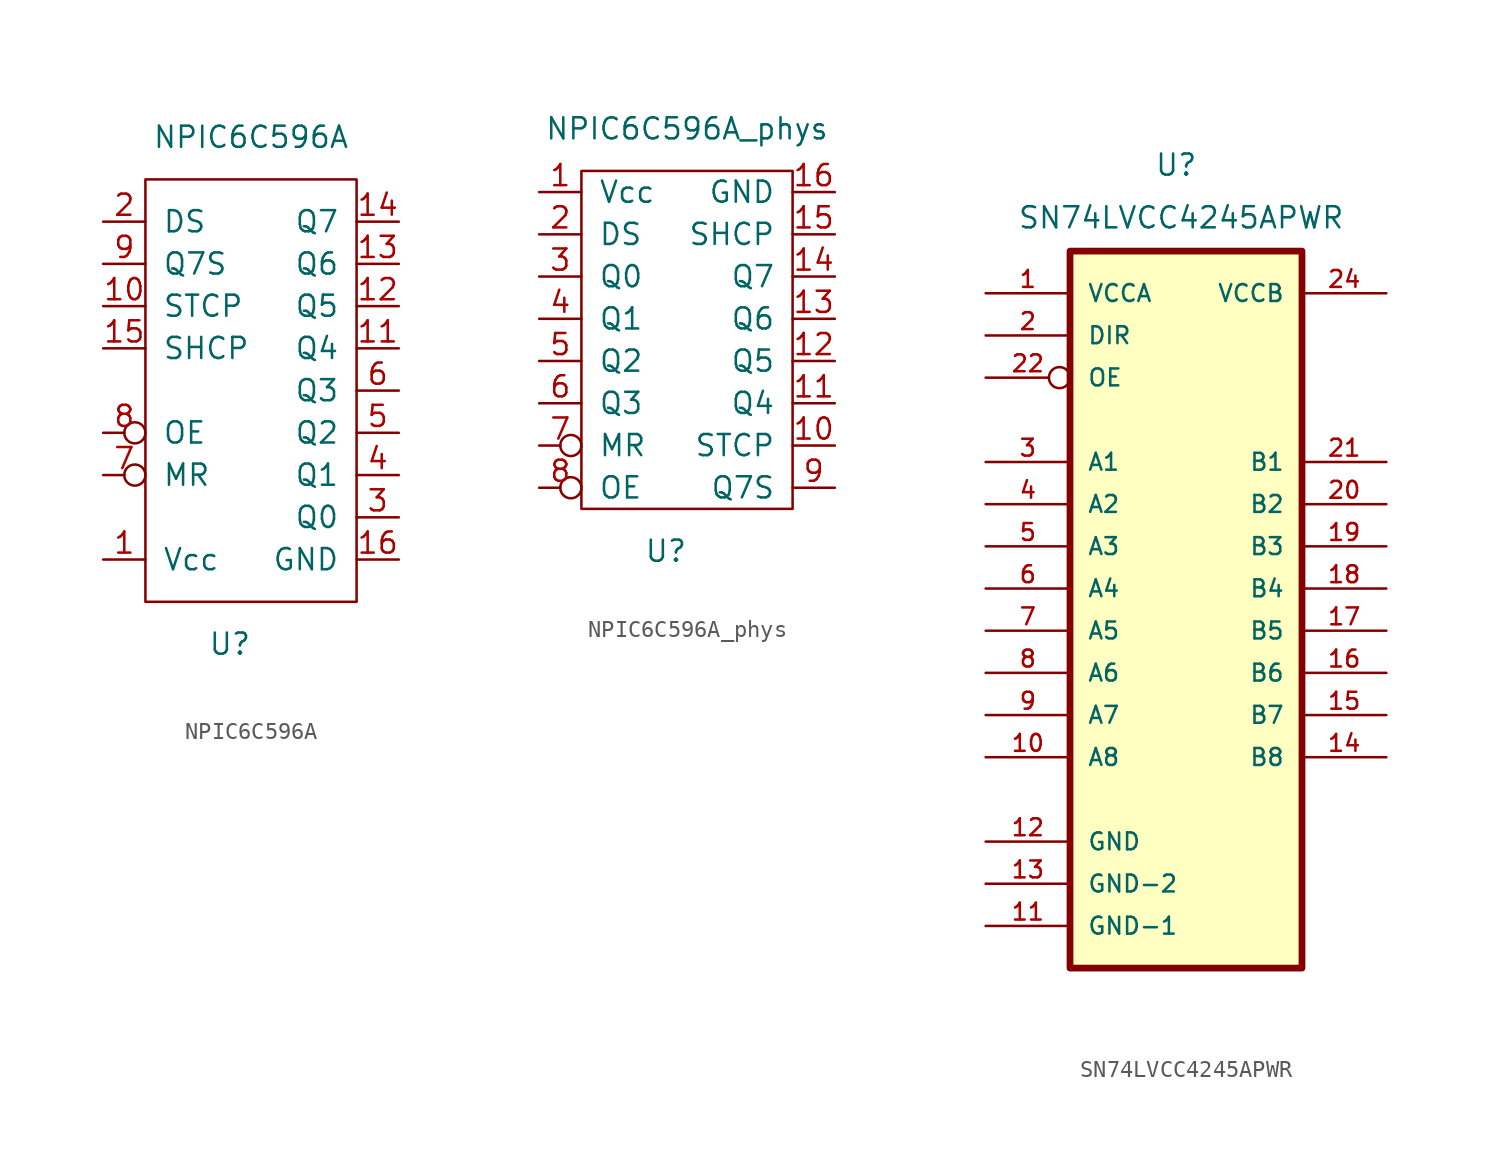
<source format=kicad_sym>
(kicad_symbol_lib
  (version 20211014)
  (generator kicad_symbol_editor)
  (symbol "NPIC6C596A"
    (pin_names
      (offset 1.016))
    (property "Reference" "U"
      (at -1.27 -15.24 0)
      (effects (font (size 1.27 1.27))))
    (property "Value" "NPIC6C596A"
      (at 0 15.24 0)
      (effects (font (size 1.27 1.27))))
    (symbol "NPIC6C596A_0_1"
      (rectangle (start -6.35 -12.7) (end 6.35 12.7) (stroke (width 0) (type default) (color 0 0 0 0)) (fill (type none))))
    (symbol "NPIC6C596A_1_1"
      (pin power_in line (at -8.89 -10.16 0) (length 2.54) (name "Vcc" (effects (font (size 1.27 1.27)))) (number "1" (effects (font (size 1.27 1.27)))))
      (pin input line (at -8.89 5.08 0) (length 2.54) (name "STCP" (effects (font (size 1.27 1.27)))) (number "10" (effects (font (size 1.27 1.27)))))
      (pin open_collector line (at 8.89 2.54 180) (length 2.54) (name "Q4" (effects (font (size 1.27 1.27)))) (number "11" (effects (font (size 1.27 1.27)))))
      (pin open_collector line (at 8.89 5.08 180) (length 2.54) (name "Q5" (effects (font (size 1.27 1.27)))) (number "12" (effects (font (size 1.27 1.27)))))
      (pin open_collector line (at 8.89 7.62 180) (length 2.54) (name "Q6" (effects (font (size 1.27 1.27)))) (number "13" (effects (font (size 1.27 1.27)))))
      (pin open_collector line (at 8.89 10.16 180) (length 2.54) (name "Q7" (effects (font (size 1.27 1.27)))) (number "14" (effects (font (size 1.27 1.27)))))
      (pin input line (at -8.89 2.54 0) (length 2.54) (name "SHCP" (effects (font (size 1.27 1.27)))) (number "15" (effects (font (size 1.27 1.27)))))
      (pin power_in line (at 8.89 -10.16 180) (length 2.54) (name "GND" (effects (font (size 1.27 1.27)))) (number "16" (effects (font (size 1.27 1.27)))))
      (pin input line (at -8.89 10.16 0) (length 2.54) (name "DS" (effects (font (size 1.27 1.27)))) (number "2" (effects (font (size 1.27 1.27)))))
      (pin open_collector line (at 8.89 -7.62 180) (length 2.54) (name "Q0" (effects (font (size 1.27 1.27)))) (number "3" (effects (font (size 1.27 1.27)))))
      (pin open_collector line (at 8.89 -5.08 180) (length 2.54) (name "Q1" (effects (font (size 1.27 1.27)))) (number "4" (effects (font (size 1.27 1.27)))))
      (pin open_collector line (at 8.89 -2.54 180) (length 2.54) (name "Q2" (effects (font (size 1.27 1.27)))) (number "5" (effects (font (size 1.27 1.27)))))
      (pin open_collector line (at 8.89 0 180) (length 2.54) (name "Q3" (effects (font (size 1.27 1.27)))) (number "6" (effects (font (size 1.27 1.27)))))
      (pin input inverted (at -8.89 -5.08 0) (length 2.54) (name "MR" (effects (font (size 1.27 1.27)))) (number "7" (effects (font (size 1.27 1.27)))))
      (pin input inverted (at -8.89 -2.54 0) (length 2.54) (name "OE" (effects (font (size 1.27 1.27)))) (number "8" (effects (font (size 1.27 1.27)))))
      (pin output line (at -8.89 7.62 0) (length 2.54) (name "Q7S" (effects (font (size 1.27 1.27)))) (number "9" (effects (font (size 1.27 1.27)))))))
  (symbol "NPIC6C596A_phys"
    (pin_names
      (offset 1.016))
    (property "Reference" "U"
      (at -1.27 -12.7 0)
      (effects (font (size 1.27 1.27))))
    (property "Value" "NPIC6C596A_phys"
      (at 0 12.7 0)
      (effects (font (size 1.27 1.27))))
    (symbol "NPIC6C596A_phys_0_1"
      (rectangle (start -6.35 10.16) (end 6.35 -10.16) (stroke (width 0) (type default) (color 0 0 0 0)) (fill (type none))))
    (symbol "NPIC6C596A_phys_1_1"
      (pin power_in line (at -8.89 8.89 0) (length 2.54) (name "Vcc" (effects (font (size 1.27 1.27)))) (number "1" (effects (font (size 1.27 1.27)))))
      (pin input line (at 8.89 -6.35 180) (length 2.54) (name "STCP" (effects (font (size 1.27 1.27)))) (number "10" (effects (font (size 1.27 1.27)))))
      (pin open_collector line (at 8.89 -3.81 180) (length 2.54) (name "Q4" (effects (font (size 1.27 1.27)))) (number "11" (effects (font (size 1.27 1.27)))))
      (pin open_collector line (at 8.89 -1.27 180) (length 2.54) (name "Q5" (effects (font (size 1.27 1.27)))) (number "12" (effects (font (size 1.27 1.27)))))
      (pin open_collector line (at 8.89 1.27 180) (length 2.54) (name "Q6" (effects (font (size 1.27 1.27)))) (number "13" (effects (font (size 1.27 1.27)))))
      (pin open_collector line (at 8.89 3.81 180) (length 2.54) (name "Q7" (effects (font (size 1.27 1.27)))) (number "14" (effects (font (size 1.27 1.27)))))
      (pin input line (at 8.89 6.35 180) (length 2.54) (name "SHCP" (effects (font (size 1.27 1.27)))) (number "15" (effects (font (size 1.27 1.27)))))
      (pin power_in line (at 8.89 8.89 180) (length 2.54) (name "GND" (effects (font (size 1.27 1.27)))) (number "16" (effects (font (size 1.27 1.27)))))
      (pin input line (at -8.89 6.35 0) (length 2.54) (name "DS" (effects (font (size 1.27 1.27)))) (number "2" (effects (font (size 1.27 1.27)))))
      (pin open_collector line (at -8.89 3.81 0) (length 2.54) (name "Q0" (effects (font (size 1.27 1.27)))) (number "3" (effects (font (size 1.27 1.27)))))
      (pin open_collector line (at -8.89 1.27 0) (length 2.54) (name "Q1" (effects (font (size 1.27 1.27)))) (number "4" (effects (font (size 1.27 1.27)))))
      (pin open_collector line (at -8.89 -1.27 0) (length 2.54) (name "Q2" (effects (font (size 1.27 1.27)))) (number "5" (effects (font (size 1.27 1.27)))))
      (pin open_collector line (at -8.89 -3.81 0) (length 2.54) (name "Q3" (effects (font (size 1.27 1.27)))) (number "6" (effects (font (size 1.27 1.27)))))
      (pin input inverted (at -8.89 -6.35 0) (length 2.54) (name "MR" (effects (font (size 1.27 1.27)))) (number "7" (effects (font (size 1.27 1.27)))))
      (pin input inverted (at -8.89 -8.89 0) (length 2.54) (name "OE" (effects (font (size 1.27 1.27)))) (number "8" (effects (font (size 1.27 1.27)))))
      (pin output line (at 8.89 -8.89 180) (length 2.54) (name "Q7S" (effects (font (size 1.27 1.27)))) (number "9" (effects (font (size 1.27 1.27)))))))
  (symbol "SN74LVCC4245APWR"
    (pin_names
      (offset 1.016))
    (property "Reference" "U"
      (at -2.54 22.225 0)
      (effects (font (size 1.27 1.27)) (justify left bottom)))
    (property "Value" "SN74LVCC4245APWR"
      (at -10.795 19.05 0)
      (effects (font (size 1.27 1.27)) (justify left bottom)))
    (property "ki_locked" ""
      (at 0 0 0)
      (effects (font (size 1.27 1.27))))
    (symbol "SN74LVCC4245APWR_0_0"
      (rectangle (start -7.62 17.78) (end 6.35 -25.4) (stroke (width 0.406) (type default) (color 0 0 0 0)) (fill (type background)))
      (pin power_in line (at -12.7 15.24 0) (length 5.08) (name "VCCA" (effects (font (size 1.016 1.016)))) (number "1" (effects (font (size 1.016 1.016)))))
      (pin bidirectional line (at -12.7 -12.7 0) (length 5.08) (name "A8" (effects (font (size 1.016 1.016)))) (number "10" (effects (font (size 1.016 1.016)))))
      (pin power_in line (at -12.7 -22.86 0) (length 5.08) (name "GND-1" (effects (font (size 1.016 1.016)))) (number "11" (effects (font (size 1.016 1.016)))))
      (pin power_in line (at -12.7 -17.78 0) (length 5.08) (name "GND" (effects (font (size 1.016 1.016)))) (number "12" (effects (font (size 1.016 1.016)))))
      (pin power_in line (at -12.7 -20.32 0) (length 5.08) (name "GND-2" (effects (font (size 1.016 1.016)))) (number "13" (effects (font (size 1.016 1.016)))))
      (pin bidirectional line (at 11.43 -12.7 180) (length 5.08) (name "B8" (effects (font (size 1.016 1.016)))) (number "14" (effects (font (size 1.016 1.016)))))
      (pin bidirectional line (at 11.43 -10.16 180) (length 5.08) (name "B7" (effects (font (size 1.016 1.016)))) (number "15" (effects (font (size 1.016 1.016)))))
      (pin bidirectional line (at 11.43 -7.62 180) (length 5.08) (name "B6" (effects (font (size 1.016 1.016)))) (number "16" (effects (font (size 1.016 1.016)))))
      (pin bidirectional line (at 11.43 -5.08 180) (length 5.08) (name "B5" (effects (font (size 1.016 1.016)))) (number "17" (effects (font (size 1.016 1.016)))))
      (pin bidirectional line (at 11.43 -2.54 180) (length 5.08) (name "B4" (effects (font (size 1.016 1.016)))) (number "18" (effects (font (size 1.016 1.016)))))
      (pin bidirectional line (at 11.43 0 180) (length 5.08) (name "B3" (effects (font (size 1.016 1.016)))) (number "19" (effects (font (size 1.016 1.016)))))
      (pin input line (at -12.7 12.7 0) (length 5.08) (name "DIR" (effects (font (size 1.016 1.016)))) (number "2" (effects (font (size 1.016 1.016)))))
      (pin bidirectional line (at 11.43 2.54 180) (length 5.08) (name "B2" (effects (font (size 1.016 1.016)))) (number "20" (effects (font (size 1.016 1.016)))))
      (pin bidirectional line (at 11.43 5.08 180) (length 5.08) (name "B1" (effects (font (size 1.016 1.016)))) (number "21" (effects (font (size 1.016 1.016)))))
      (pin input inverted (at -12.7 10.16 0) (length 5.08) (name "OE" (effects (font (size 1.016 1.016)))) (number "22" (effects (font (size 1.016 1.016)))))
      (pin power_in line (at 11.43 15.24 180) (length 5.08) (name "VCCB" (effects (font (size 1.016 1.016)))) (number "24" (effects (font (size 1.016 1.016)))))
      (pin bidirectional line (at -12.7 5.08 0) (length 5.08) (name "A1" (effects (font (size 1.016 1.016)))) (number "3" (effects (font (size 1.016 1.016)))))
      (pin bidirectional line (at -12.7 2.54 0) (length 5.08) (name "A2" (effects (font (size 1.016 1.016)))) (number "4" (effects (font (size 1.016 1.016)))))
      (pin bidirectional line (at -12.7 0 0) (length 5.08) (name "A3" (effects (font (size 1.016 1.016)))) (number "5" (effects (font (size 1.016 1.016)))))
      (pin bidirectional line (at -12.7 -2.54 0) (length 5.08) (name "A4" (effects (font (size 1.016 1.016)))) (number "6" (effects (font (size 1.016 1.016)))))
      (pin bidirectional line (at -12.7 -5.08 0) (length 5.08) (name "A5" (effects (font (size 1.016 1.016)))) (number "7" (effects (font (size 1.016 1.016)))))
      (pin bidirectional line (at -12.7 -7.62 0) (length 5.08) (name "A6" (effects (font (size 1.016 1.016)))) (number "8" (effects (font (size 1.016 1.016)))))
      (pin bidirectional line (at -12.7 -10.16 0) (length 5.08) (name "A7" (effects (font (size 1.016 1.016)))) (number "9" (effects (font (size 1.016 1.016))))))))
</source>
